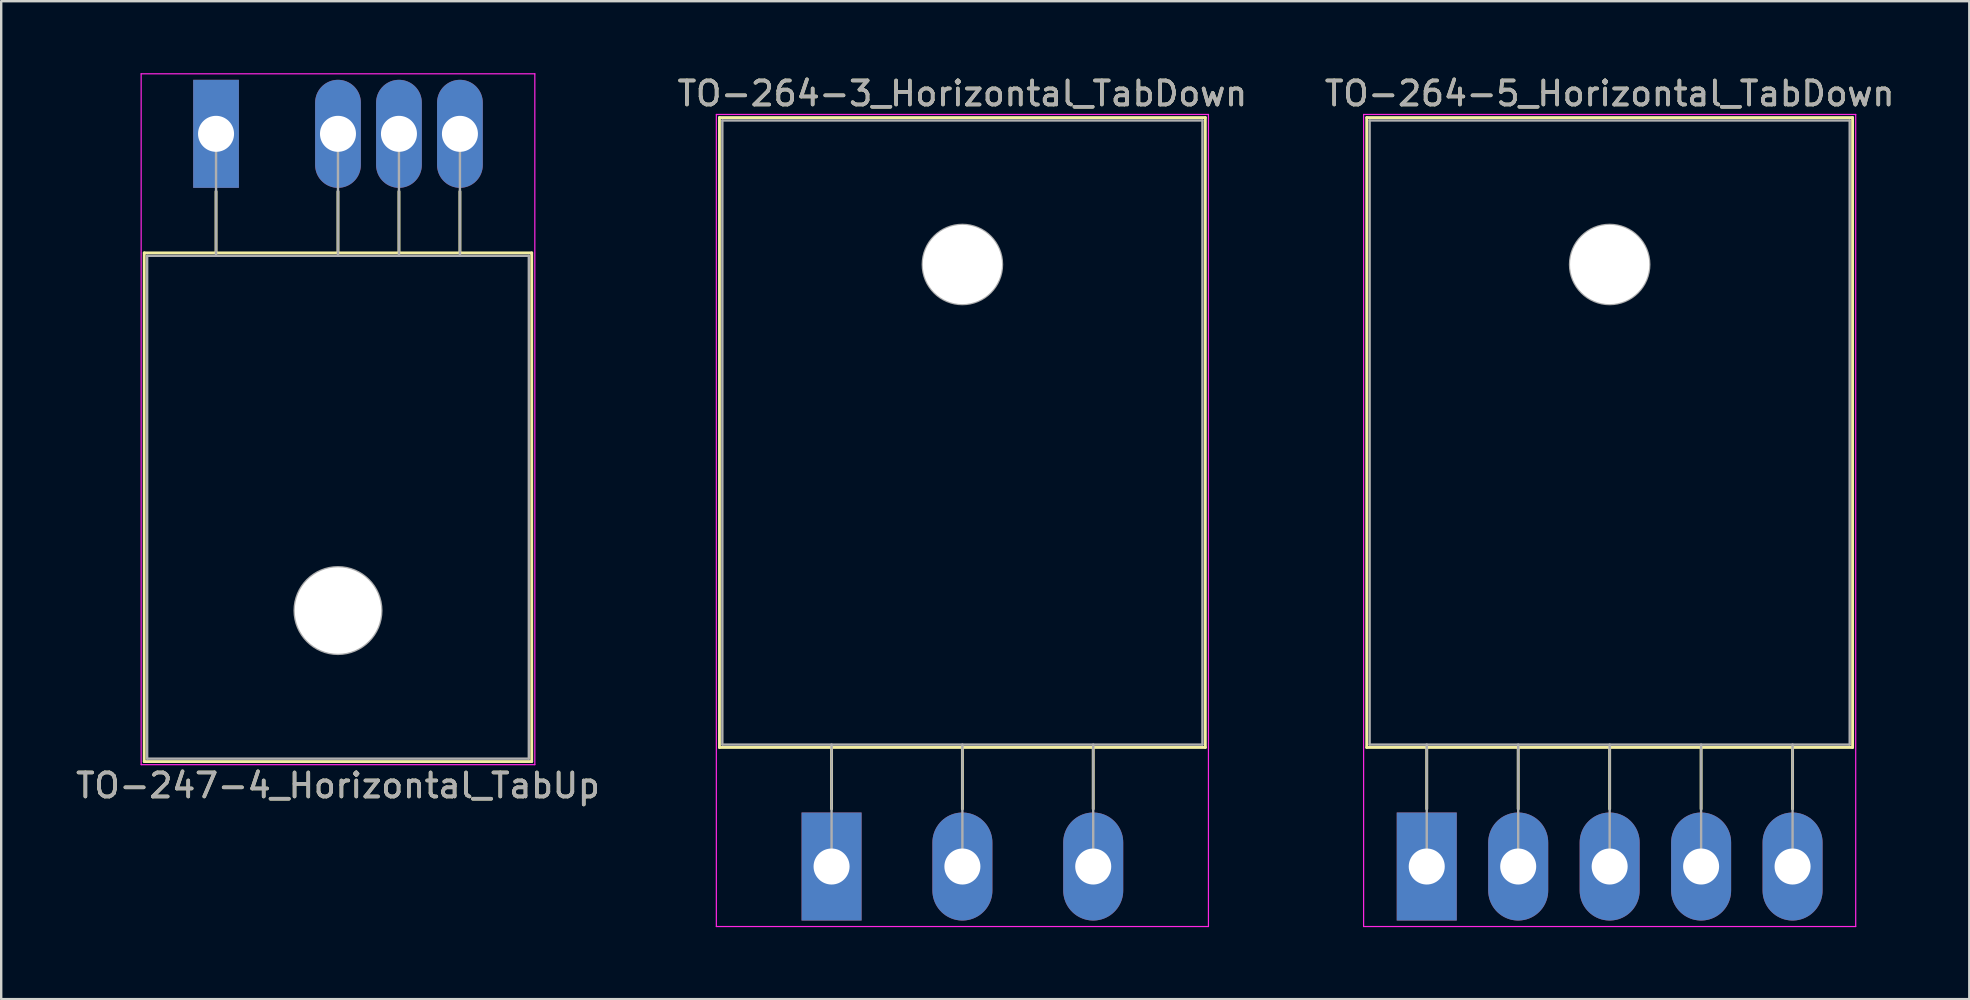
<source format=kicad_pcb>
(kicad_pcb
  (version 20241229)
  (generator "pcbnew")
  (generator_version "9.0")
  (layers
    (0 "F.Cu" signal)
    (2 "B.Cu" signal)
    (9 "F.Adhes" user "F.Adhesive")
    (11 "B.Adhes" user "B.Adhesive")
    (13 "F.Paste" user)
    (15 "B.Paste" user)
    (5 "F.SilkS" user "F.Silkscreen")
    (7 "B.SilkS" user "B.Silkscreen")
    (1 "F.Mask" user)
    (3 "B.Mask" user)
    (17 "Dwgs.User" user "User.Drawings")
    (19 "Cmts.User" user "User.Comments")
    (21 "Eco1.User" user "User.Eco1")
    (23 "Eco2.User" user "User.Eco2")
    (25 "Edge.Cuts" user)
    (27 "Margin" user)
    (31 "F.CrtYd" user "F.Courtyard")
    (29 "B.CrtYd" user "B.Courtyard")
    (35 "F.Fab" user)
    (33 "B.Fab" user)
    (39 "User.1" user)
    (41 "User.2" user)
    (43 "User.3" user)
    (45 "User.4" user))
  (footprint "TO-264-5_Horizontal_TabDown"
    (layer "F.Cu")
    (at 56.386 33.048)
    (property "Reference" "TO-264-5_Horizontal_TabDown" (at 7.62 -32.2 0) (layer "F.SilkS") (effects (font (size 1 1) (thickness 0.15))))
    (attr through_hole)
    (fp_line (start -2.5 -31.2) (end -2.5 -4.96) (stroke (width 0.12) (type solid)) (layer "F.SilkS"))
    (fp_line (start -2.5 -31.2) (end 17.74 -31.2) (stroke (width 0.12) (type solid)) (layer "F.SilkS"))
    (fp_line (start -2.5 -4.96) (end 17.74 -4.96) (stroke (width 0.12) (type solid)) (layer "F.SilkS"))
    (fp_line (start 0 -4.96) (end 0 -2.4) (stroke (width 0.12) (type solid)) (layer "F.SilkS"))
    (fp_line (start 3.81 -4.96) (end 3.81 -2.4) (stroke (width 0.12) (type solid)) (layer "F.SilkS"))
    (fp_line (start 7.62 -4.96) (end 7.62 -2.4) (stroke (width 0.12) (type solid)) (layer "F.SilkS"))
    (fp_line (start 11.43 -4.96) (end 11.43 -2.4) (stroke (width 0.12) (type solid)) (layer "F.SilkS"))
    (fp_line (start 15.24 -4.96) (end 15.24 -2.4) (stroke (width 0.12) (type solid)) (layer "F.SilkS"))
    (fp_line (start 17.74 -31.2) (end 17.74 -4.96) (stroke (width 0.12) (type solid)) (layer "F.SilkS"))
    (fp_line (start -2.63 -31.33) (end -2.63 2.5) (stroke (width 0.05) (type solid)) (layer "F.CrtYd"))
    (fp_line (start -2.63 2.5) (end 17.87 2.5) (stroke (width 0.05) (type solid)) (layer "F.CrtYd"))
    (fp_line (start 17.87 -31.33) (end -2.63 -31.33) (stroke (width 0.05) (type solid)) (layer "F.CrtYd"))
    (fp_line (start 17.87 2.5) (end 17.87 -31.33) (stroke (width 0.05) (type solid)) (layer "F.CrtYd"))
    (fp_line (start -2.38 -31.08) (end 17.62 -31.08) (stroke (width 0.1) (type solid)) (layer "F.Fab"))
    (fp_line (start -2.38 -5.08) (end -2.38 -31.08) (stroke (width 0.1) (type solid)) (layer "F.Fab"))
    (fp_line (start 0 -5.08) (end 0 0) (stroke (width 0.1) (type solid)) (layer "F.Fab"))
    (fp_line (start 3.81 -5.08) (end 3.81 0) (stroke (width 0.1) (type solid)) (layer "F.Fab"))
    (fp_line (start 7.62 -5.08) (end 7.62 0) (stroke (width 0.1) (type solid)) (layer "F.Fab"))
    (fp_line (start 11.43 -5.08) (end 11.43 0) (stroke (width 0.1) (type solid)) (layer "F.Fab"))
    (fp_line (start 15.24 -5.08) (end 15.24 0) (stroke (width 0.1) (type solid)) (layer "F.Fab"))
    (fp_line (start 17.62 -31.08) (end 17.62 -5.08) (stroke (width 0.1) (type solid)) (layer "F.Fab"))
    (fp_line (start 17.62 -5.08) (end -2.38 -5.08) (stroke (width 0.1) (type solid)) (layer "F.Fab"))
    (fp_circle (center 7.62 -25.08) (end 9.27 -25.08) (stroke (width 0.1) (type solid)) (fill no) (layer "F.Fab"))
    (fp_text user "${REFERENCE}" (at 7.62 -32.2 0) (layer "F.Fab") (effects (font (size 1 1) (thickness 0.15))))
    (pad "" np_thru_hole oval (at 7.62 -25.08) (size 3.3 3.3) (drill 3.3) (layers "*.Cu" "*.Mask"))
    (pad "1" thru_hole rect (at 0 0) (size 2.5 4.5) (drill 1.5) (layers "*.Cu" "*.Mask"))
    (pad "2" thru_hole oval (at 3.81 0) (size 2.5 4.5) (drill 1.5) (layers "*.Cu" "*.Mask"))
    (pad "3" thru_hole oval (at 7.62 0) (size 2.5 4.5) (drill 1.5) (layers "*.Cu" "*.Mask"))
    (pad "4" thru_hole oval (at 11.43 0) (size 2.5 4.5) (drill 1.5) (layers "*.Cu" "*.Mask"))
    (pad "5" thru_hole oval (at 15.24 0) (size 2.5 4.5) (drill 1.5) (layers "*.Cu" "*.Mask")))
  (footprint "TO-247-4_Horizontal_TabUp"
    (layer "F.Cu")
    (at 5.95 2.525)
    (property "Reference" "TO-247-4_Horizontal_TabUp" (at 5.08 27.15 0) (layer "F.SilkS") (effects (font (size 1 1) (thickness 0.15))))
    (attr through_hole)
    (fp_line (start -2.99 4.96) (end -2.99 26.15) (stroke (width 0.12) (type solid)) (layer "F.SilkS"))
    (fp_line (start -2.99 4.96) (end 13.15 4.96) (stroke (width 0.12) (type solid)) (layer "F.SilkS"))
    (fp_line (start -2.99 26.15) (end 13.15 26.15) (stroke (width 0.12) (type solid)) (layer "F.SilkS"))
    (fp_line (start 0 2.4) (end 0 4.96) (stroke (width 0.12) (type solid)) (layer "F.SilkS"))
    (fp_line (start 5.08 2.4) (end 5.08 4.96) (stroke (width 0.12) (type solid)) (layer "F.SilkS"))
    (fp_line (start 7.62 2.4) (end 7.62 4.96) (stroke (width 0.12) (type solid)) (layer "F.SilkS"))
    (fp_line (start 10.16 2.4) (end 10.16 4.96) (stroke (width 0.12) (type solid)) (layer "F.SilkS"))
    (fp_line (start 13.15 4.96) (end 13.15 26.15) (stroke (width 0.12) (type solid)) (layer "F.SilkS"))
    (fp_line (start -3.12 -2.5) (end -3.12 26.28) (stroke (width 0.05) (type solid)) (layer "F.CrtYd"))
    (fp_line (start -3.12 26.28) (end 13.28 26.28) (stroke (width 0.05) (type solid)) (layer "F.CrtYd"))
    (fp_line (start 13.28 -2.5) (end -3.12 -2.5) (stroke (width 0.05) (type solid)) (layer "F.CrtYd"))
    (fp_line (start 13.28 26.28) (end 13.28 -2.5) (stroke (width 0.05) (type solid)) (layer "F.CrtYd"))
    (fp_line (start -2.87 5.08) (end -2.87 26.03) (stroke (width 0.1) (type solid)) (layer "F.Fab"))
    (fp_line (start -2.87 26.03) (end 13.03 26.03) (stroke (width 0.1) (type solid)) (layer "F.Fab"))
    (fp_line (start 0 5.08) (end 0 0) (stroke (width 0.1) (type solid)) (layer "F.Fab"))
    (fp_line (start 5.08 5.08) (end 5.08 0) (stroke (width 0.1) (type solid)) (layer "F.Fab"))
    (fp_line (start 7.62 5.08) (end 7.62 0) (stroke (width 0.1) (type solid)) (layer "F.Fab"))
    (fp_line (start 10.16 5.08) (end 10.16 0) (stroke (width 0.1) (type solid)) (layer "F.Fab"))
    (fp_line (start 13.03 5.08) (end -2.87 5.08) (stroke (width 0.1) (type solid)) (layer "F.Fab"))
    (fp_line (start 13.03 26.03) (end 13.03 5.08) (stroke (width 0.1) (type solid)) (layer "F.Fab"))
    (fp_circle (center 5.08 19.86) (end 6.885 19.86) (stroke (width 0.1) (type solid)) (fill no) (layer "F.Fab"))
    (fp_text user "${REFERENCE}" (at 5.08 27.15 0) (layer "F.Fab") (effects (font (size 1 1) (thickness 0.15))))
    (pad "" np_thru_hole oval (at 5.08 19.86) (size 3.6 3.6) (drill 3.6) (layers "*.Cu" "*.Mask"))
    (pad "1" thru_hole rect (at 0 0) (size 1.905 4.5) (drill 1.5) (layers "*.Cu" "*.Mask"))
    (pad "2" thru_hole oval (at 5.08 0) (size 1.905 4.5) (drill 1.5) (layers "*.Cu" "*.Mask"))
    (pad "3" thru_hole oval (at 7.62 0) (size 1.905 4.5) (drill 1.5) (layers "*.Cu" "*.Mask"))
    (pad "4" thru_hole oval (at 10.16 0) (size 1.905 4.5) (drill 1.5) (layers "*.Cu" "*.Mask")))
  (footprint "TO-264-3_Horizontal_TabDown"
    (layer "F.Cu")
    (at 31.592 33.048)
    (property "Reference" "TO-264-3_Horizontal_TabDown" (at 5.45 -32.2 0) (layer "F.SilkS") (effects (font (size 1 1) (thickness 0.15))))
    (attr through_hole)
    (fp_line (start -4.67 -31.2) (end -4.67 -4.96) (stroke (width 0.12) (type solid)) (layer "F.SilkS"))
    (fp_line (start -4.67 -31.2) (end 15.57 -31.2) (stroke (width 0.12) (type solid)) (layer "F.SilkS"))
    (fp_line (start -4.67 -4.96) (end 15.57 -4.96) (stroke (width 0.12) (type solid)) (layer "F.SilkS"))
    (fp_line (start 0 -4.96) (end 0 -2.4) (stroke (width 0.12) (type solid)) (layer "F.SilkS"))
    (fp_line (start 5.45 -4.96) (end 5.45 -2.4) (stroke (width 0.12) (type solid)) (layer "F.SilkS"))
    (fp_line (start 10.9 -4.96) (end 10.9 -2.4) (stroke (width 0.12) (type solid)) (layer "F.SilkS"))
    (fp_line (start 15.57 -31.2) (end 15.57 -4.96) (stroke (width 0.12) (type solid)) (layer "F.SilkS"))
    (fp_line (start -4.8 -31.33) (end -4.8 2.5) (stroke (width 0.05) (type solid)) (layer "F.CrtYd"))
    (fp_line (start -4.8 2.5) (end 15.7 2.5) (stroke (width 0.05) (type solid)) (layer "F.CrtYd"))
    (fp_line (start 15.7 -31.33) (end -4.8 -31.33) (stroke (width 0.05) (type solid)) (layer "F.CrtYd"))
    (fp_line (start 15.7 2.5) (end 15.7 -31.33) (stroke (width 0.05) (type solid)) (layer "F.CrtYd"))
    (fp_line (start -4.55 -31.08) (end 15.45 -31.08) (stroke (width 0.1) (type solid)) (layer "F.Fab"))
    (fp_line (start -4.55 -5.08) (end -4.55 -31.08) (stroke (width 0.1) (type solid)) (layer "F.Fab"))
    (fp_line (start 0 -5.08) (end 0 0) (stroke (width 0.1) (type solid)) (layer "F.Fab"))
    (fp_line (start 5.45 -5.08) (end 5.45 0) (stroke (width 0.1) (type solid)) (layer "F.Fab"))
    (fp_line (start 10.9 -5.08) (end 10.9 0) (stroke (width 0.1) (type solid)) (layer "F.Fab"))
    (fp_line (start 15.45 -31.08) (end 15.45 -5.08) (stroke (width 0.1) (type solid)) (layer "F.Fab"))
    (fp_line (start 15.45 -5.08) (end -4.55 -5.08) (stroke (width 0.1) (type solid)) (layer "F.Fab"))
    (fp_circle (center 5.45 -25.08) (end 7.1 -25.08) (stroke (width 0.1) (type solid)) (fill no) (layer "F.Fab"))
    (fp_text user "${REFERENCE}" (at 5.45 -32.2 0) (layer "F.Fab") (effects (font (size 1 1) (thickness 0.15))))
    (pad "" np_thru_hole oval (at 5.45 -25.08) (size 3.3 3.3) (drill 3.3) (layers "*.Cu" "*.Mask"))
    (pad "1" thru_hole rect (at 0 0) (size 2.5 4.5) (drill 1.5) (layers "*.Cu" "*.Mask"))
    (pad "2" thru_hole oval (at 5.45 0) (size 2.5 4.5) (drill 1.5) (layers "*.Cu" "*.Mask"))
    (pad "3" thru_hole oval (at 10.9 0) (size 2.5 4.5) (drill 1.5) (layers "*.Cu" "*.Mask")))
  (gr_rect
    (start -3 -3)
    (end 78.988 38.573)
    (stroke (width 0.1) (type default))
    (fill no)
    (layer "Edge.Cuts")))
</source>
